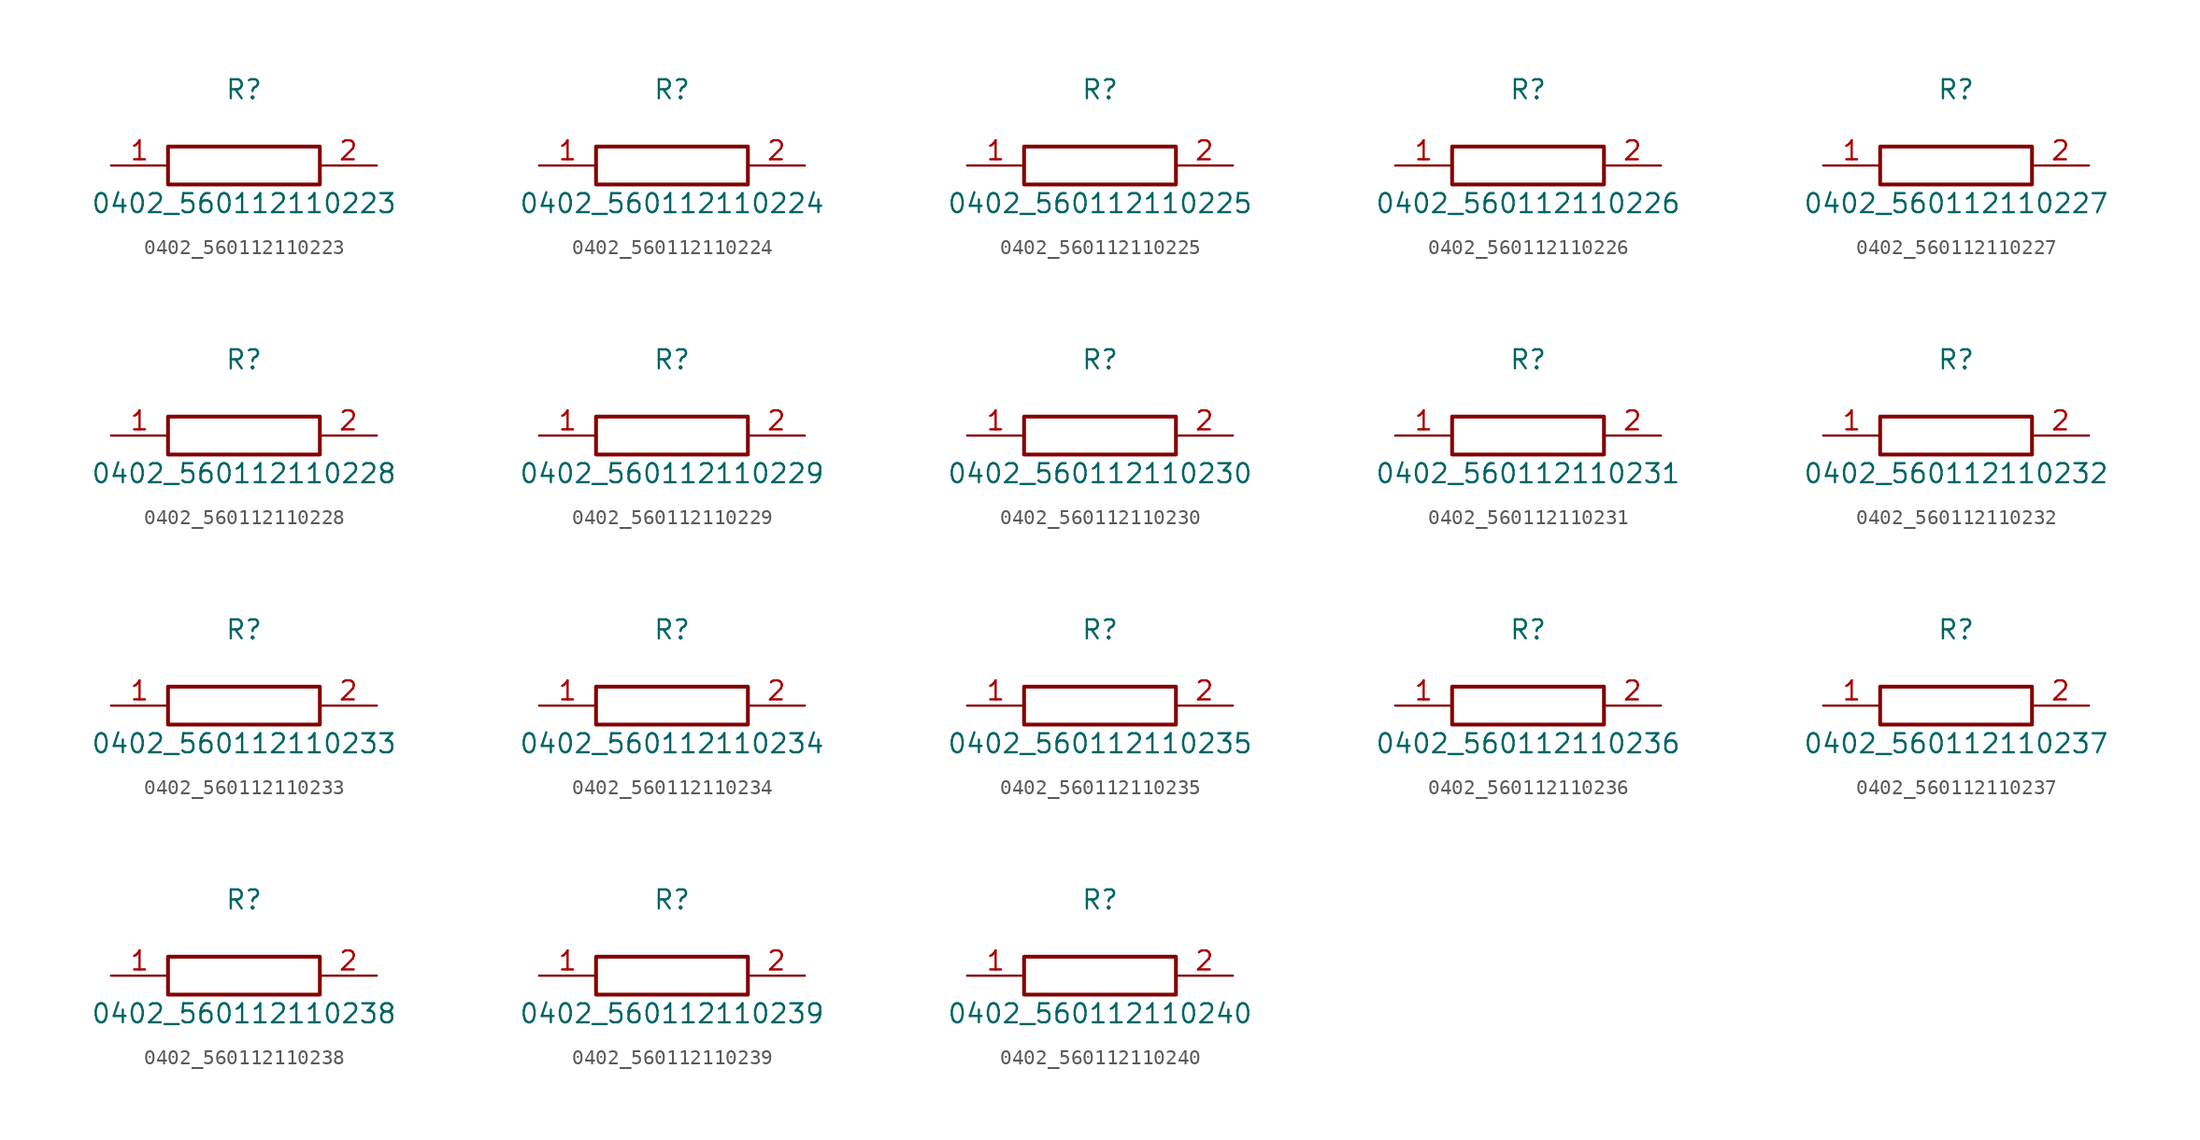
<source format=kicad_sym>
(kicad_symbol_lib
  (version 20211014)
  (generator kicad_symbol_editor)
  (symbol "Resistor_Wurth_WRIS-RSKS:0402_560112110223"
    (pin_names hide)
    (property "Reference" "R"
      (at 0 5.08 0)
      (effects (font (size 1.27 1.27))))
    (property "Value" "0402_560112110223"
      (at 0 -2.54 0)
      (effects (font (size 1.27 1.27))))
    (symbol "0402_560112110223_0_1"
      (rectangle (start -5.08 1.27) (end 5.08 -1.27) (stroke (width 0.254) (type solid)) (fill (type none)))
      (pin passive line (at -8.89 0 0) (length 3.81) (name "1" (effects (font (size 1.27 1.27)))) (number "1" (effects (font (size 1.27 1.27)))))
      (pin passive line (at 8.89 0 180) (length 3.81) (name "2" (effects (font (size 1.27 1.27)))) (number "2" (effects (font (size 1.27 1.27)))))))
  (symbol "Resistor_Wurth_WRIS-RSKS:0402_560112110224"
    (pin_names hide)
    (property "Reference" "R"
      (at 0 5.08 0)
      (effects (font (size 1.27 1.27))))
    (property "Value" "0402_560112110224"
      (at 0 -2.54 0)
      (effects (font (size 1.27 1.27))))
    (symbol "0402_560112110224_0_1"
      (rectangle (start -5.08 1.27) (end 5.08 -1.27) (stroke (width 0.254) (type solid)) (fill (type none)))
      (pin passive line (at -8.89 0 0) (length 3.81) (name "1" (effects (font (size 1.27 1.27)))) (number "1" (effects (font (size 1.27 1.27)))))
      (pin passive line (at 8.89 0 180) (length 3.81) (name "2" (effects (font (size 1.27 1.27)))) (number "2" (effects (font (size 1.27 1.27)))))))
  (symbol "Resistor_Wurth_WRIS-RSKS:0402_560112110225"
    (pin_names hide)
    (property "Reference" "R"
      (at 0 5.08 0)
      (effects (font (size 1.27 1.27))))
    (property "Value" "0402_560112110225"
      (at 0 -2.54 0)
      (effects (font (size 1.27 1.27))))
    (symbol "0402_560112110225_0_1"
      (rectangle (start -5.08 1.27) (end 5.08 -1.27) (stroke (width 0.254) (type solid)) (fill (type none)))
      (pin passive line (at -8.89 0 0) (length 3.81) (name "1" (effects (font (size 1.27 1.27)))) (number "1" (effects (font (size 1.27 1.27)))))
      (pin passive line (at 8.89 0 180) (length 3.81) (name "2" (effects (font (size 1.27 1.27)))) (number "2" (effects (font (size 1.27 1.27)))))))
  (symbol "Resistor_Wurth_WRIS-RSKS:0402_560112110226"
    (pin_names hide)
    (property "Reference" "R"
      (at 0 5.08 0)
      (effects (font (size 1.27 1.27))))
    (property "Value" "0402_560112110226"
      (at 0 -2.54 0)
      (effects (font (size 1.27 1.27))))
    (symbol "0402_560112110226_0_1"
      (rectangle (start -5.08 1.27) (end 5.08 -1.27) (stroke (width 0.254) (type solid)) (fill (type none)))
      (pin passive line (at -8.89 0 0) (length 3.81) (name "1" (effects (font (size 1.27 1.27)))) (number "1" (effects (font (size 1.27 1.27)))))
      (pin passive line (at 8.89 0 180) (length 3.81) (name "2" (effects (font (size 1.27 1.27)))) (number "2" (effects (font (size 1.27 1.27)))))))
  (symbol "Resistor_Wurth_WRIS-RSKS:0402_560112110227"
    (pin_names hide)
    (property "Reference" "R"
      (at 0 5.08 0)
      (effects (font (size 1.27 1.27))))
    (property "Value" "0402_560112110227"
      (at 0 -2.54 0)
      (effects (font (size 1.27 1.27))))
    (symbol "0402_560112110227_0_1"
      (rectangle (start -5.08 1.27) (end 5.08 -1.27) (stroke (width 0.254) (type solid)) (fill (type none)))
      (pin passive line (at -8.89 0 0) (length 3.81) (name "1" (effects (font (size 1.27 1.27)))) (number "1" (effects (font (size 1.27 1.27)))))
      (pin passive line (at 8.89 0 180) (length 3.81) (name "2" (effects (font (size 1.27 1.27)))) (number "2" (effects (font (size 1.27 1.27)))))))
  (symbol "Resistor_Wurth_WRIS-RSKS:0402_560112110228"
    (pin_names hide)
    (property "Reference" "R"
      (at 0 5.08 0)
      (effects (font (size 1.27 1.27))))
    (property "Value" "0402_560112110228"
      (at 0 -2.54 0)
      (effects (font (size 1.27 1.27))))
    (symbol "0402_560112110228_0_1"
      (rectangle (start -5.08 1.27) (end 5.08 -1.27) (stroke (width 0.254) (type solid)) (fill (type none)))
      (pin passive line (at -8.89 0 0) (length 3.81) (name "1" (effects (font (size 1.27 1.27)))) (number "1" (effects (font (size 1.27 1.27)))))
      (pin passive line (at 8.89 0 180) (length 3.81) (name "2" (effects (font (size 1.27 1.27)))) (number "2" (effects (font (size 1.27 1.27)))))))
  (symbol "Resistor_Wurth_WRIS-RSKS:0402_560112110229"
    (pin_names hide)
    (property "Reference" "R"
      (at 0 5.08 0)
      (effects (font (size 1.27 1.27))))
    (property "Value" "0402_560112110229"
      (at 0 -2.54 0)
      (effects (font (size 1.27 1.27))))
    (symbol "0402_560112110229_0_1"
      (rectangle (start -5.08 1.27) (end 5.08 -1.27) (stroke (width 0.254) (type solid)) (fill (type none)))
      (pin passive line (at -8.89 0 0) (length 3.81) (name "1" (effects (font (size 1.27 1.27)))) (number "1" (effects (font (size 1.27 1.27)))))
      (pin passive line (at 8.89 0 180) (length 3.81) (name "2" (effects (font (size 1.27 1.27)))) (number "2" (effects (font (size 1.27 1.27)))))))
  (symbol "Resistor_Wurth_WRIS-RSKS:0402_560112110230"
    (pin_names hide)
    (property "Reference" "R"
      (at 0 5.08 0)
      (effects (font (size 1.27 1.27))))
    (property "Value" "0402_560112110230"
      (at 0 -2.54 0)
      (effects (font (size 1.27 1.27))))
    (symbol "0402_560112110230_0_1"
      (rectangle (start -5.08 1.27) (end 5.08 -1.27) (stroke (width 0.254) (type solid)) (fill (type none)))
      (pin passive line (at -8.89 0 0) (length 3.81) (name "1" (effects (font (size 1.27 1.27)))) (number "1" (effects (font (size 1.27 1.27)))))
      (pin passive line (at 8.89 0 180) (length 3.81) (name "2" (effects (font (size 1.27 1.27)))) (number "2" (effects (font (size 1.27 1.27)))))))
  (symbol "Resistor_Wurth_WRIS-RSKS:0402_560112110231"
    (pin_names hide)
    (property "Reference" "R"
      (at 0 5.08 0)
      (effects (font (size 1.27 1.27))))
    (property "Value" "0402_560112110231"
      (at 0 -2.54 0)
      (effects (font (size 1.27 1.27))))
    (symbol "0402_560112110231_0_1"
      (rectangle (start -5.08 1.27) (end 5.08 -1.27) (stroke (width 0.254) (type solid)) (fill (type none)))
      (pin passive line (at -8.89 0 0) (length 3.81) (name "1" (effects (font (size 1.27 1.27)))) (number "1" (effects (font (size 1.27 1.27)))))
      (pin passive line (at 8.89 0 180) (length 3.81) (name "2" (effects (font (size 1.27 1.27)))) (number "2" (effects (font (size 1.27 1.27)))))))
  (symbol "Resistor_Wurth_WRIS-RSKS:0402_560112110232"
    (pin_names hide)
    (property "Reference" "R"
      (at 0 5.08 0)
      (effects (font (size 1.27 1.27))))
    (property "Value" "0402_560112110232"
      (at 0 -2.54 0)
      (effects (font (size 1.27 1.27))))
    (symbol "0402_560112110232_0_1"
      (rectangle (start -5.08 1.27) (end 5.08 -1.27) (stroke (width 0.254) (type solid)) (fill (type none)))
      (pin passive line (at -8.89 0 0) (length 3.81) (name "1" (effects (font (size 1.27 1.27)))) (number "1" (effects (font (size 1.27 1.27)))))
      (pin passive line (at 8.89 0 180) (length 3.81) (name "2" (effects (font (size 1.27 1.27)))) (number "2" (effects (font (size 1.27 1.27)))))))
  (symbol "Resistor_Wurth_WRIS-RSKS:0402_560112110233"
    (pin_names hide)
    (property "Reference" "R"
      (at 0 5.08 0)
      (effects (font (size 1.27 1.27))))
    (property "Value" "0402_560112110233"
      (at 0 -2.54 0)
      (effects (font (size 1.27 1.27))))
    (symbol "0402_560112110233_0_1"
      (rectangle (start -5.08 1.27) (end 5.08 -1.27) (stroke (width 0.254) (type solid)) (fill (type none)))
      (pin passive line (at -8.89 0 0) (length 3.81) (name "1" (effects (font (size 1.27 1.27)))) (number "1" (effects (font (size 1.27 1.27)))))
      (pin passive line (at 8.89 0 180) (length 3.81) (name "2" (effects (font (size 1.27 1.27)))) (number "2" (effects (font (size 1.27 1.27)))))))
  (symbol "Resistor_Wurth_WRIS-RSKS:0402_560112110234"
    (pin_names hide)
    (property "Reference" "R"
      (at 0 5.08 0)
      (effects (font (size 1.27 1.27))))
    (property "Value" "0402_560112110234"
      (at 0 -2.54 0)
      (effects (font (size 1.27 1.27))))
    (symbol "0402_560112110234_0_1"
      (rectangle (start -5.08 1.27) (end 5.08 -1.27) (stroke (width 0.254) (type solid)) (fill (type none)))
      (pin passive line (at -8.89 0 0) (length 3.81) (name "1" (effects (font (size 1.27 1.27)))) (number "1" (effects (font (size 1.27 1.27)))))
      (pin passive line (at 8.89 0 180) (length 3.81) (name "2" (effects (font (size 1.27 1.27)))) (number "2" (effects (font (size 1.27 1.27)))))))
  (symbol "Resistor_Wurth_WRIS-RSKS:0402_560112110235"
    (pin_names hide)
    (property "Reference" "R"
      (at 0 5.08 0)
      (effects (font (size 1.27 1.27))))
    (property "Value" "0402_560112110235"
      (at 0 -2.54 0)
      (effects (font (size 1.27 1.27))))
    (symbol "0402_560112110235_0_1"
      (rectangle (start -5.08 1.27) (end 5.08 -1.27) (stroke (width 0.254) (type solid)) (fill (type none)))
      (pin passive line (at -8.89 0 0) (length 3.81) (name "1" (effects (font (size 1.27 1.27)))) (number "1" (effects (font (size 1.27 1.27)))))
      (pin passive line (at 8.89 0 180) (length 3.81) (name "2" (effects (font (size 1.27 1.27)))) (number "2" (effects (font (size 1.27 1.27)))))))
  (symbol "Resistor_Wurth_WRIS-RSKS:0402_560112110236"
    (pin_names hide)
    (property "Reference" "R"
      (at 0 5.08 0)
      (effects (font (size 1.27 1.27))))
    (property "Value" "0402_560112110236"
      (at 0 -2.54 0)
      (effects (font (size 1.27 1.27))))
    (symbol "0402_560112110236_0_1"
      (rectangle (start -5.08 1.27) (end 5.08 -1.27) (stroke (width 0.254) (type solid)) (fill (type none)))
      (pin passive line (at -8.89 0 0) (length 3.81) (name "1" (effects (font (size 1.27 1.27)))) (number "1" (effects (font (size 1.27 1.27)))))
      (pin passive line (at 8.89 0 180) (length 3.81) (name "2" (effects (font (size 1.27 1.27)))) (number "2" (effects (font (size 1.27 1.27)))))))
  (symbol "Resistor_Wurth_WRIS-RSKS:0402_560112110237"
    (pin_names hide)
    (property "Reference" "R"
      (at 0 5.08 0)
      (effects (font (size 1.27 1.27))))
    (property "Value" "0402_560112110237"
      (at 0 -2.54 0)
      (effects (font (size 1.27 1.27))))
    (symbol "0402_560112110237_0_1"
      (rectangle (start -5.08 1.27) (end 5.08 -1.27) (stroke (width 0.254) (type solid)) (fill (type none)))
      (pin passive line (at -8.89 0 0) (length 3.81) (name "1" (effects (font (size 1.27 1.27)))) (number "1" (effects (font (size 1.27 1.27)))))
      (pin passive line (at 8.89 0 180) (length 3.81) (name "2" (effects (font (size 1.27 1.27)))) (number "2" (effects (font (size 1.27 1.27)))))))
  (symbol "Resistor_Wurth_WRIS-RSKS:0402_560112110238"
    (pin_names hide)
    (property "Reference" "R"
      (at 0 5.08 0)
      (effects (font (size 1.27 1.27))))
    (property "Value" "0402_560112110238"
      (at 0 -2.54 0)
      (effects (font (size 1.27 1.27))))
    (symbol "0402_560112110238_0_1"
      (rectangle (start -5.08 1.27) (end 5.08 -1.27) (stroke (width 0.254) (type solid)) (fill (type none)))
      (pin passive line (at -8.89 0 0) (length 3.81) (name "1" (effects (font (size 1.27 1.27)))) (number "1" (effects (font (size 1.27 1.27)))))
      (pin passive line (at 8.89 0 180) (length 3.81) (name "2" (effects (font (size 1.27 1.27)))) (number "2" (effects (font (size 1.27 1.27)))))))
  (symbol "Resistor_Wurth_WRIS-RSKS:0402_560112110239"
    (pin_names hide)
    (property "Reference" "R"
      (at 0 5.08 0)
      (effects (font (size 1.27 1.27))))
    (property "Value" "0402_560112110239"
      (at 0 -2.54 0)
      (effects (font (size 1.27 1.27))))
    (symbol "0402_560112110239_0_1"
      (rectangle (start -5.08 1.27) (end 5.08 -1.27) (stroke (width 0.254) (type solid)) (fill (type none)))
      (pin passive line (at -8.89 0 0) (length 3.81) (name "1" (effects (font (size 1.27 1.27)))) (number "1" (effects (font (size 1.27 1.27)))))
      (pin passive line (at 8.89 0 180) (length 3.81) (name "2" (effects (font (size 1.27 1.27)))) (number "2" (effects (font (size 1.27 1.27)))))))
  (symbol "Resistor_Wurth_WRIS-RSKS:0402_560112110240"
    (pin_names hide)
    (property "Reference" "R"
      (at 0 5.08 0)
      (effects (font (size 1.27 1.27))))
    (property "Value" "0402_560112110240"
      (at 0 -2.54 0)
      (effects (font (size 1.27 1.27))))
    (symbol "0402_560112110240_0_1"
      (rectangle (start -5.08 1.27) (end 5.08 -1.27) (stroke (width 0.254) (type solid)) (fill (type none)))
      (pin passive line (at -8.89 0 0) (length 3.81) (name "1" (effects (font (size 1.27 1.27)))) (number "1" (effects (font (size 1.27 1.27)))))
      (pin passive line (at 8.89 0 180) (length 3.81) (name "2" (effects (font (size 1.27 1.27)))) (number "2" (effects (font (size 1.27 1.27))))))))
</source>
